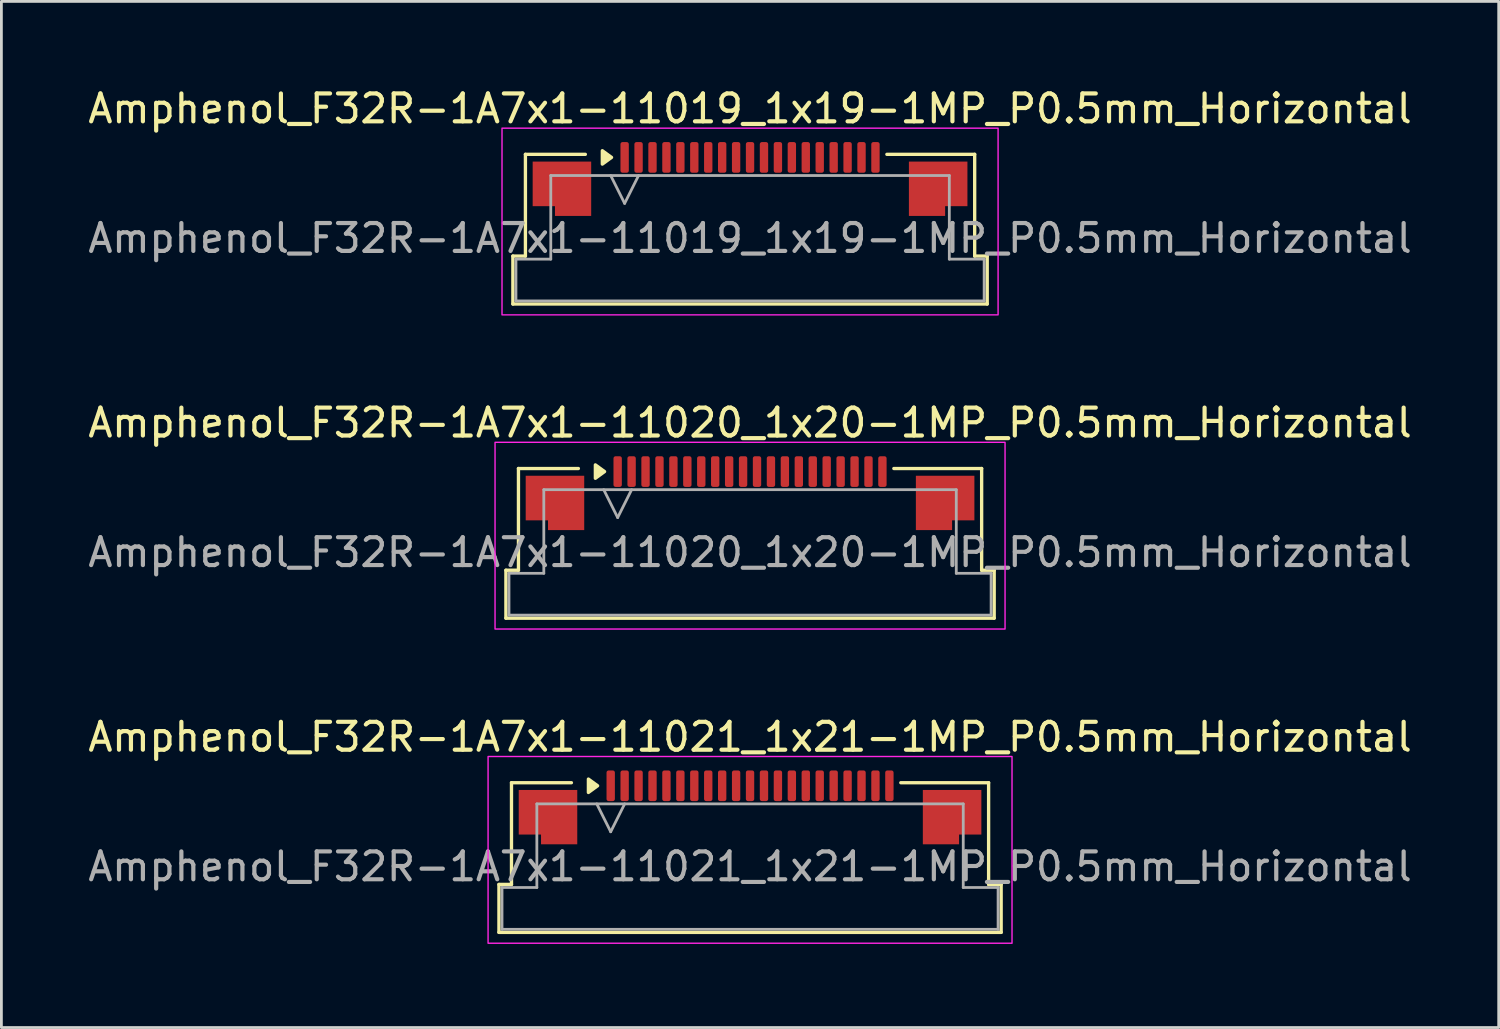
<source format=kicad_pcb>
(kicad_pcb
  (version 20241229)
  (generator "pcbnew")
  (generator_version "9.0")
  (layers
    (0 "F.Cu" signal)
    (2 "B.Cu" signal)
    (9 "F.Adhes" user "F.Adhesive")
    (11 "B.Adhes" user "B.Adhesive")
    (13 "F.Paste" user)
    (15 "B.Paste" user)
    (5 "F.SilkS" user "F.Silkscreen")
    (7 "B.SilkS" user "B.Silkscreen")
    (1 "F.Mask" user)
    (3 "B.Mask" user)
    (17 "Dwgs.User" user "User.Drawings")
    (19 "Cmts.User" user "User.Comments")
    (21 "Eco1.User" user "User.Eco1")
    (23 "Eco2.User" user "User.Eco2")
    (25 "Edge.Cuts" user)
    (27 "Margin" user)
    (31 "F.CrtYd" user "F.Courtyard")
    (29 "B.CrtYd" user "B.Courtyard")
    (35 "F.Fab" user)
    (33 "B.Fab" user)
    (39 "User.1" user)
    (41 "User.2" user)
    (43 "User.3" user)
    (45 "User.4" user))
  (footprint "Amphenol_F32R-1A7x1-11020_1x20-1MP_P0.5mm_Horizontal"
    (layer "F.Cu")
    (at 23.863 16.771)
    (property "Reference" "Amphenol_F32R-1A7x1-11020_1x20-1MP_P0.5mm_Horizontal" (at 0 -4.65 0) (layer "F.SilkS") (effects (font (size 1 1) (thickness 0.15))))
    (attr smd)
    (fp_line (start -8.76 0.64) (end -8.31 0.64) (stroke (width 0.12) (type solid)) (layer "F.SilkS"))
    (fp_line (start -8.76 2.36) (end -8.76 0.64) (stroke (width 0.12) (type solid)) (layer "F.SilkS"))
    (fp_line (start -8.31 -3.01) (end -6.16 -3.01) (stroke (width 0.12) (type solid)) (layer "F.SilkS"))
    (fp_line (start -8.31 0.64) (end -8.31 -3.01) (stroke (width 0.12) (type solid)) (layer "F.SilkS"))
    (fp_line (start 5.16 -3.01) (end 8.31 -3.01) (stroke (width 0.12) (type solid)) (layer "F.SilkS"))
    (fp_line (start 8.31 -3.01) (end 8.31 0.64) (stroke (width 0.12) (type solid)) (layer "F.SilkS"))
    (fp_line (start 8.31 0.64) (end 8.76 0.64) (stroke (width 0.12) (type solid)) (layer "F.SilkS"))
    (fp_line (start 8.76 0.64) (end 8.76 2.36) (stroke (width 0.12) (type solid)) (layer "F.SilkS"))
    (fp_line (start 8.76 2.36) (end -8.76 2.36) (stroke (width 0.12) (type solid)) (layer "F.SilkS"))
    (fp_poly (pts (xy -5.22 -2.9) (xy -5.55 -2.66) (xy -5.55 -3.14)) (stroke (width 0.12) (type solid)) (fill yes) (layer "F.SilkS"))
    (fp_rect (start -9.15 -3.95) (end 9.15 2.75) (stroke (width 0.05) (type solid)) (fill no) (layer "F.CrtYd"))
    (fp_line (start -8.65 0.75) (end -7.4 0.75) (stroke (width 0.1) (type solid)) (layer "F.Fab"))
    (fp_line (start -8.65 2.25) (end -8.65 0.75) (stroke (width 0.1) (type solid)) (layer "F.Fab"))
    (fp_line (start -7.4 -2.25) (end 7.4 -2.25) (stroke (width 0.1) (type solid)) (layer "F.Fab"))
    (fp_line (start -7.4 0.75) (end -7.4 -2.25) (stroke (width 0.1) (type solid)) (layer "F.Fab"))
    (fp_line (start -5.25 -2.25) (end -4.75 -1.25) (stroke (width 0.1) (type solid)) (layer "F.Fab"))
    (fp_line (start -4.75 -1.25) (end -4.25 -2.25) (stroke (width 0.1) (type solid)) (layer "F.Fab"))
    (fp_line (start 7.4 -2.25) (end 7.4 0.75) (stroke (width 0.1) (type solid)) (layer "F.Fab"))
    (fp_line (start 7.4 0.75) (end 8.65 0.75) (stroke (width 0.1) (type solid)) (layer "F.Fab"))
    (fp_line (start 8.65 0.75) (end 8.65 2.25) (stroke (width 0.1) (type solid)) (layer "F.Fab"))
    (fp_line (start 8.65 2.25) (end -8.65 2.25) (stroke (width 0.1) (type solid)) (layer "F.Fab"))
    (fp_text user "${REFERENCE}" (at 0 0 0) (layer "F.Fab") (effects (font (size 1 1) (thickness 0.15))))
    (pad "1" smd roundrect (at -4.75 -2.9) (size 0.3 1.1) (layers "F.Cu" "F.Mask" "F.Paste") (roundrect_rratio 0.25))
    (pad "2" smd roundrect (at -4.25 -2.9) (size 0.3 1.1) (layers "F.Cu" "F.Mask" "F.Paste") (roundrect_rratio 0.25))
    (pad "3" smd roundrect (at -3.75 -2.9) (size 0.3 1.1) (layers "F.Cu" "F.Mask" "F.Paste") (roundrect_rratio 0.25))
    (pad "4" smd roundrect (at -3.25 -2.9) (size 0.3 1.1) (layers "F.Cu" "F.Mask" "F.Paste") (roundrect_rratio 0.25))
    (pad "5" smd roundrect (at -2.75 -2.9) (size 0.3 1.1) (layers "F.Cu" "F.Mask" "F.Paste") (roundrect_rratio 0.25))
    (pad "6" smd roundrect (at -2.25 -2.9) (size 0.3 1.1) (layers "F.Cu" "F.Mask" "F.Paste") (roundrect_rratio 0.25))
    (pad "7" smd roundrect (at -1.75 -2.9) (size 0.3 1.1) (layers "F.Cu" "F.Mask" "F.Paste") (roundrect_rratio 0.25))
    (pad "8" smd roundrect (at -1.25 -2.9) (size 0.3 1.1) (layers "F.Cu" "F.Mask" "F.Paste") (roundrect_rratio 0.25))
    (pad "9" smd roundrect (at -0.75 -2.9) (size 0.3 1.1) (layers "F.Cu" "F.Mask" "F.Paste") (roundrect_rratio 0.25))
    (pad "10" smd roundrect (at -0.25 -2.9) (size 0.3 1.1) (layers "F.Cu" "F.Mask" "F.Paste") (roundrect_rratio 0.25))
    (pad "11" smd roundrect (at 0.25 -2.9) (size 0.3 1.1) (layers "F.Cu" "F.Mask" "F.Paste") (roundrect_rratio 0.25))
    (pad "12" smd roundrect (at 0.75 -2.9) (size 0.3 1.1) (layers "F.Cu" "F.Mask" "F.Paste") (roundrect_rratio 0.25))
    (pad "13" smd roundrect (at 1.25 -2.9) (size 0.3 1.1) (layers "F.Cu" "F.Mask" "F.Paste") (roundrect_rratio 0.25))
    (pad "14" smd roundrect (at 1.75 -2.9) (size 0.3 1.1) (layers "F.Cu" "F.Mask" "F.Paste") (roundrect_rratio 0.25))
    (pad "15" smd roundrect (at 2.25 -2.9) (size 0.3 1.1) (layers "F.Cu" "F.Mask" "F.Paste") (roundrect_rratio 0.25))
    (pad "16" smd roundrect (at 2.75 -2.9) (size 0.3 1.1) (layers "F.Cu" "F.Mask" "F.Paste") (roundrect_rratio 0.25))
    (pad "17" smd roundrect (at 3.25 -2.9) (size 0.3 1.1) (layers "F.Cu" "F.Mask" "F.Paste") (roundrect_rratio 0.25))
    (pad "18" smd roundrect (at 3.75 -2.9) (size 0.3 1.1) (layers "F.Cu" "F.Mask" "F.Paste") (roundrect_rratio 0.25))
    (pad "19" smd roundrect (at 4.25 -2.9) (size 0.3 1.1) (layers "F.Cu" "F.Mask" "F.Paste") (roundrect_rratio 0.25))
    (pad "20" smd roundrect (at 4.75 -2.9) (size 0.3 1.1) (layers "F.Cu" "F.Mask" "F.Paste") (roundrect_rratio 0.25))
    (pad "MP" smd custom (at -7 -1.775) (size 1 1) (layers "F.Cu" "F.Mask" "F.Paste") (options (anchor circle)) (primitives (gr_poly (pts (xy 1.05 -0.975) (xy 1.05 0.975) (xy -0.25 0.975) (xy -0.25 0.625) (xy -1.05 0.625) (xy -1.05 -0.975)) (width 0) (fill yes))))
    (pad "MP" smd custom (at 7 -1.775) (size 1 1) (layers "F.Cu" "F.Mask" "F.Paste") (options (anchor circle)) (primitives (gr_poly (pts (xy -1.05 -0.975) (xy -1.05 0.975) (xy 0.25 0.975) (xy 0.25 0.625) (xy 1.05 0.625) (xy 1.05 -0.975)) (width 0) (fill yes)))))
  (footprint "Amphenol_F32R-1A7x1-11019_1x19-1MP_P0.5mm_Horizontal"
    (layer "F.Cu")
    (at 23.863 5.498)
    (property "Reference" "Amphenol_F32R-1A7x1-11019_1x19-1MP_P0.5mm_Horizontal" (at 0 -4.65 0) (layer "F.SilkS") (effects (font (size 1 1) (thickness 0.15))))
    (attr smd)
    (fp_line (start -8.51 0.64) (end -8.06 0.64) (stroke (width 0.12) (type solid)) (layer "F.SilkS"))
    (fp_line (start -8.51 2.36) (end -8.51 0.64) (stroke (width 0.12) (type solid)) (layer "F.SilkS"))
    (fp_line (start -8.06 -3.01) (end -5.91 -3.01) (stroke (width 0.12) (type solid)) (layer "F.SilkS"))
    (fp_line (start -8.06 0.64) (end -8.06 -3.01) (stroke (width 0.12) (type solid)) (layer "F.SilkS"))
    (fp_line (start 4.91 -3.01) (end 8.06 -3.01) (stroke (width 0.12) (type solid)) (layer "F.SilkS"))
    (fp_line (start 8.06 -3.01) (end 8.06 0.64) (stroke (width 0.12) (type solid)) (layer "F.SilkS"))
    (fp_line (start 8.06 0.64) (end 8.51 0.64) (stroke (width 0.12) (type solid)) (layer "F.SilkS"))
    (fp_line (start 8.51 0.64) (end 8.51 2.36) (stroke (width 0.12) (type solid)) (layer "F.SilkS"))
    (fp_line (start 8.51 2.36) (end -8.51 2.36) (stroke (width 0.12) (type solid)) (layer "F.SilkS"))
    (fp_poly (pts (xy -4.97 -2.9) (xy -5.3 -2.66) (xy -5.3 -3.14)) (stroke (width 0.12) (type solid)) (fill yes) (layer "F.SilkS"))
    (fp_rect (start -8.9 -3.95) (end 8.9 2.75) (stroke (width 0.05) (type solid)) (fill no) (layer "F.CrtYd"))
    (fp_line (start -8.4 0.75) (end -7.15 0.75) (stroke (width 0.1) (type solid)) (layer "F.Fab"))
    (fp_line (start -8.4 2.25) (end -8.4 0.75) (stroke (width 0.1) (type solid)) (layer "F.Fab"))
    (fp_line (start -7.15 -2.25) (end 7.15 -2.25) (stroke (width 0.1) (type solid)) (layer "F.Fab"))
    (fp_line (start -7.15 0.75) (end -7.15 -2.25) (stroke (width 0.1) (type solid)) (layer "F.Fab"))
    (fp_line (start -5 -2.25) (end -4.5 -1.25) (stroke (width 0.1) (type solid)) (layer "F.Fab"))
    (fp_line (start -4.5 -1.25) (end -4 -2.25) (stroke (width 0.1) (type solid)) (layer "F.Fab"))
    (fp_line (start 7.15 -2.25) (end 7.15 0.75) (stroke (width 0.1) (type solid)) (layer "F.Fab"))
    (fp_line (start 7.15 0.75) (end 8.4 0.75) (stroke (width 0.1) (type solid)) (layer "F.Fab"))
    (fp_line (start 8.4 0.75) (end 8.4 2.25) (stroke (width 0.1) (type solid)) (layer "F.Fab"))
    (fp_line (start 8.4 2.25) (end -8.4 2.25) (stroke (width 0.1) (type solid)) (layer "F.Fab"))
    (fp_text user "${REFERENCE}" (at 0 0 0) (layer "F.Fab") (effects (font (size 1 1) (thickness 0.15))))
    (pad "1" smd roundrect (at -4.5 -2.9) (size 0.3 1.1) (layers "F.Cu" "F.Mask" "F.Paste") (roundrect_rratio 0.25))
    (pad "2" smd roundrect (at -4 -2.9) (size 0.3 1.1) (layers "F.Cu" "F.Mask" "F.Paste") (roundrect_rratio 0.25))
    (pad "3" smd roundrect (at -3.5 -2.9) (size 0.3 1.1) (layers "F.Cu" "F.Mask" "F.Paste") (roundrect_rratio 0.25))
    (pad "4" smd roundrect (at -3 -2.9) (size 0.3 1.1) (layers "F.Cu" "F.Mask" "F.Paste") (roundrect_rratio 0.25))
    (pad "5" smd roundrect (at -2.5 -2.9) (size 0.3 1.1) (layers "F.Cu" "F.Mask" "F.Paste") (roundrect_rratio 0.25))
    (pad "6" smd roundrect (at -2 -2.9) (size 0.3 1.1) (layers "F.Cu" "F.Mask" "F.Paste") (roundrect_rratio 0.25))
    (pad "7" smd roundrect (at -1.5 -2.9) (size 0.3 1.1) (layers "F.Cu" "F.Mask" "F.Paste") (roundrect_rratio 0.25))
    (pad "8" smd roundrect (at -1 -2.9) (size 0.3 1.1) (layers "F.Cu" "F.Mask" "F.Paste") (roundrect_rratio 0.25))
    (pad "9" smd roundrect (at -0.5 -2.9) (size 0.3 1.1) (layers "F.Cu" "F.Mask" "F.Paste") (roundrect_rratio 0.25))
    (pad "10" smd roundrect (at 0 -2.9) (size 0.3 1.1) (layers "F.Cu" "F.Mask" "F.Paste") (roundrect_rratio 0.25))
    (pad "11" smd roundrect (at 0.5 -2.9) (size 0.3 1.1) (layers "F.Cu" "F.Mask" "F.Paste") (roundrect_rratio 0.25))
    (pad "12" smd roundrect (at 1 -2.9) (size 0.3 1.1) (layers "F.Cu" "F.Mask" "F.Paste") (roundrect_rratio 0.25))
    (pad "13" smd roundrect (at 1.5 -2.9) (size 0.3 1.1) (layers "F.Cu" "F.Mask" "F.Paste") (roundrect_rratio 0.25))
    (pad "14" smd roundrect (at 2 -2.9) (size 0.3 1.1) (layers "F.Cu" "F.Mask" "F.Paste") (roundrect_rratio 0.25))
    (pad "15" smd roundrect (at 2.5 -2.9) (size 0.3 1.1) (layers "F.Cu" "F.Mask" "F.Paste") (roundrect_rratio 0.25))
    (pad "16" smd roundrect (at 3 -2.9) (size 0.3 1.1) (layers "F.Cu" "F.Mask" "F.Paste") (roundrect_rratio 0.25))
    (pad "17" smd roundrect (at 3.5 -2.9) (size 0.3 1.1) (layers "F.Cu" "F.Mask" "F.Paste") (roundrect_rratio 0.25))
    (pad "18" smd roundrect (at 4 -2.9) (size 0.3 1.1) (layers "F.Cu" "F.Mask" "F.Paste") (roundrect_rratio 0.25))
    (pad "19" smd roundrect (at 4.5 -2.9) (size 0.3 1.1) (layers "F.Cu" "F.Mask" "F.Paste") (roundrect_rratio 0.25))
    (pad "MP" smd custom (at -6.75 -1.775) (size 1 1) (layers "F.Cu" "F.Mask" "F.Paste") (options (anchor circle)) (primitives (gr_poly (pts (xy 1.05 -0.975) (xy 1.05 0.975) (xy -0.25 0.975) (xy -0.25 0.625) (xy -1.05 0.625) (xy -1.05 -0.975)) (width 0) (fill yes))))
    (pad "MP" smd custom (at 6.75 -1.775) (size 1 1) (layers "F.Cu" "F.Mask" "F.Paste") (options (anchor circle)) (primitives (gr_poly (pts (xy -1.05 -0.975) (xy -1.05 0.975) (xy 0.25 0.975) (xy 0.25 0.625) (xy 1.05 0.625) (xy 1.05 -0.975)) (width 0) (fill yes)))))
  (footprint "Amphenol_F32R-1A7x1-11021_1x21-1MP_P0.5mm_Horizontal"
    (layer "F.Cu")
    (at 23.863 28.045)
    (property "Reference" "Amphenol_F32R-1A7x1-11021_1x21-1MP_P0.5mm_Horizontal" (at 0 -4.65 0) (layer "F.SilkS") (effects (font (size 1 1) (thickness 0.15))))
    (attr smd)
    (fp_line (start -9.01 0.64) (end -8.56 0.64) (stroke (width 0.12) (type solid)) (layer "F.SilkS"))
    (fp_line (start -9.01 2.36) (end -9.01 0.64) (stroke (width 0.12) (type solid)) (layer "F.SilkS"))
    (fp_line (start -8.56 -3.01) (end -6.41 -3.01) (stroke (width 0.12) (type solid)) (layer "F.SilkS"))
    (fp_line (start -8.56 0.64) (end -8.56 -3.01) (stroke (width 0.12) (type solid)) (layer "F.SilkS"))
    (fp_line (start 5.41 -3.01) (end 8.56 -3.01) (stroke (width 0.12) (type solid)) (layer "F.SilkS"))
    (fp_line (start 8.56 -3.01) (end 8.56 0.64) (stroke (width 0.12) (type solid)) (layer "F.SilkS"))
    (fp_line (start 8.56 0.64) (end 9.01 0.64) (stroke (width 0.12) (type solid)) (layer "F.SilkS"))
    (fp_line (start 9.01 0.64) (end 9.01 2.36) (stroke (width 0.12) (type solid)) (layer "F.SilkS"))
    (fp_line (start 9.01 2.36) (end -9.01 2.36) (stroke (width 0.12) (type solid)) (layer "F.SilkS"))
    (fp_poly (pts (xy -5.47 -2.9) (xy -5.8 -2.66) (xy -5.8 -3.14)) (stroke (width 0.12) (type solid)) (fill yes) (layer "F.SilkS"))
    (fp_rect (start -9.4 -3.95) (end 9.4 2.75) (stroke (width 0.05) (type solid)) (fill no) (layer "F.CrtYd"))
    (fp_line (start -8.9 0.75) (end -7.65 0.75) (stroke (width 0.1) (type solid)) (layer "F.Fab"))
    (fp_line (start -8.9 2.25) (end -8.9 0.75) (stroke (width 0.1) (type solid)) (layer "F.Fab"))
    (fp_line (start -7.65 -2.25) (end 7.65 -2.25) (stroke (width 0.1) (type solid)) (layer "F.Fab"))
    (fp_line (start -7.65 0.75) (end -7.65 -2.25) (stroke (width 0.1) (type solid)) (layer "F.Fab"))
    (fp_line (start -5.5 -2.25) (end -5 -1.25) (stroke (width 0.1) (type solid)) (layer "F.Fab"))
    (fp_line (start -5 -1.25) (end -4.5 -2.25) (stroke (width 0.1) (type solid)) (layer "F.Fab"))
    (fp_line (start 7.65 -2.25) (end 7.65 0.75) (stroke (width 0.1) (type solid)) (layer "F.Fab"))
    (fp_line (start 7.65 0.75) (end 8.9 0.75) (stroke (width 0.1) (type solid)) (layer "F.Fab"))
    (fp_line (start 8.9 0.75) (end 8.9 2.25) (stroke (width 0.1) (type solid)) (layer "F.Fab"))
    (fp_line (start 8.9 2.25) (end -8.9 2.25) (stroke (width 0.1) (type solid)) (layer "F.Fab"))
    (fp_text user "${REFERENCE}" (at 0 0 0) (layer "F.Fab") (effects (font (size 1 1) (thickness 0.15))))
    (pad "1" smd roundrect (at -5 -2.9) (size 0.3 1.1) (layers "F.Cu" "F.Mask" "F.Paste") (roundrect_rratio 0.25))
    (pad "2" smd roundrect (at -4.5 -2.9) (size 0.3 1.1) (layers "F.Cu" "F.Mask" "F.Paste") (roundrect_rratio 0.25))
    (pad "3" smd roundrect (at -4 -2.9) (size 0.3 1.1) (layers "F.Cu" "F.Mask" "F.Paste") (roundrect_rratio 0.25))
    (pad "4" smd roundrect (at -3.5 -2.9) (size 0.3 1.1) (layers "F.Cu" "F.Mask" "F.Paste") (roundrect_rratio 0.25))
    (pad "5" smd roundrect (at -3 -2.9) (size 0.3 1.1) (layers "F.Cu" "F.Mask" "F.Paste") (roundrect_rratio 0.25))
    (pad "6" smd roundrect (at -2.5 -2.9) (size 0.3 1.1) (layers "F.Cu" "F.Mask" "F.Paste") (roundrect_rratio 0.25))
    (pad "7" smd roundrect (at -2 -2.9) (size 0.3 1.1) (layers "F.Cu" "F.Mask" "F.Paste") (roundrect_rratio 0.25))
    (pad "8" smd roundrect (at -1.5 -2.9) (size 0.3 1.1) (layers "F.Cu" "F.Mask" "F.Paste") (roundrect_rratio 0.25))
    (pad "9" smd roundrect (at -1 -2.9) (size 0.3 1.1) (layers "F.Cu" "F.Mask" "F.Paste") (roundrect_rratio 0.25))
    (pad "10" smd roundrect (at -0.5 -2.9) (size 0.3 1.1) (layers "F.Cu" "F.Mask" "F.Paste") (roundrect_rratio 0.25))
    (pad "11" smd roundrect (at 0 -2.9) (size 0.3 1.1) (layers "F.Cu" "F.Mask" "F.Paste") (roundrect_rratio 0.25))
    (pad "12" smd roundrect (at 0.5 -2.9) (size 0.3 1.1) (layers "F.Cu" "F.Mask" "F.Paste") (roundrect_rratio 0.25))
    (pad "13" smd roundrect (at 1 -2.9) (size 0.3 1.1) (layers "F.Cu" "F.Mask" "F.Paste") (roundrect_rratio 0.25))
    (pad "14" smd roundrect (at 1.5 -2.9) (size 0.3 1.1) (layers "F.Cu" "F.Mask" "F.Paste") (roundrect_rratio 0.25))
    (pad "15" smd roundrect (at 2 -2.9) (size 0.3 1.1) (layers "F.Cu" "F.Mask" "F.Paste") (roundrect_rratio 0.25))
    (pad "16" smd roundrect (at 2.5 -2.9) (size 0.3 1.1) (layers "F.Cu" "F.Mask" "F.Paste") (roundrect_rratio 0.25))
    (pad "17" smd roundrect (at 3 -2.9) (size 0.3 1.1) (layers "F.Cu" "F.Mask" "F.Paste") (roundrect_rratio 0.25))
    (pad "18" smd roundrect (at 3.5 -2.9) (size 0.3 1.1) (layers "F.Cu" "F.Mask" "F.Paste") (roundrect_rratio 0.25))
    (pad "19" smd roundrect (at 4 -2.9) (size 0.3 1.1) (layers "F.Cu" "F.Mask" "F.Paste") (roundrect_rratio 0.25))
    (pad "20" smd roundrect (at 4.5 -2.9) (size 0.3 1.1) (layers "F.Cu" "F.Mask" "F.Paste") (roundrect_rratio 0.25))
    (pad "21" smd roundrect (at 5 -2.9) (size 0.3 1.1) (layers "F.Cu" "F.Mask" "F.Paste") (roundrect_rratio 0.25))
    (pad "MP" smd custom (at -7.25 -1.775) (size 1 1) (layers "F.Cu" "F.Mask" "F.Paste") (options (anchor circle)) (primitives (gr_poly (pts (xy 1.05 -0.975) (xy 1.05 0.975) (xy -0.25 0.975) (xy -0.25 0.625) (xy -1.05 0.625) (xy -1.05 -0.975)) (width 0) (fill yes))))
    (pad "MP" smd custom (at 7.25 -1.775) (size 1 1) (layers "F.Cu" "F.Mask" "F.Paste") (options (anchor circle)) (primitives (gr_poly (pts (xy -1.05 -0.975) (xy -1.05 0.975) (xy 0.25 0.975) (xy 0.25 0.625) (xy 1.05 0.625) (xy 1.05 -0.975)) (width 0) (fill yes)))))
  (gr_rect
    (start -3 -3)
    (end 50.726 33.82)
    (stroke (width 0.1) (type default))
    (fill no)
    (layer "Edge.Cuts")))
</source>
